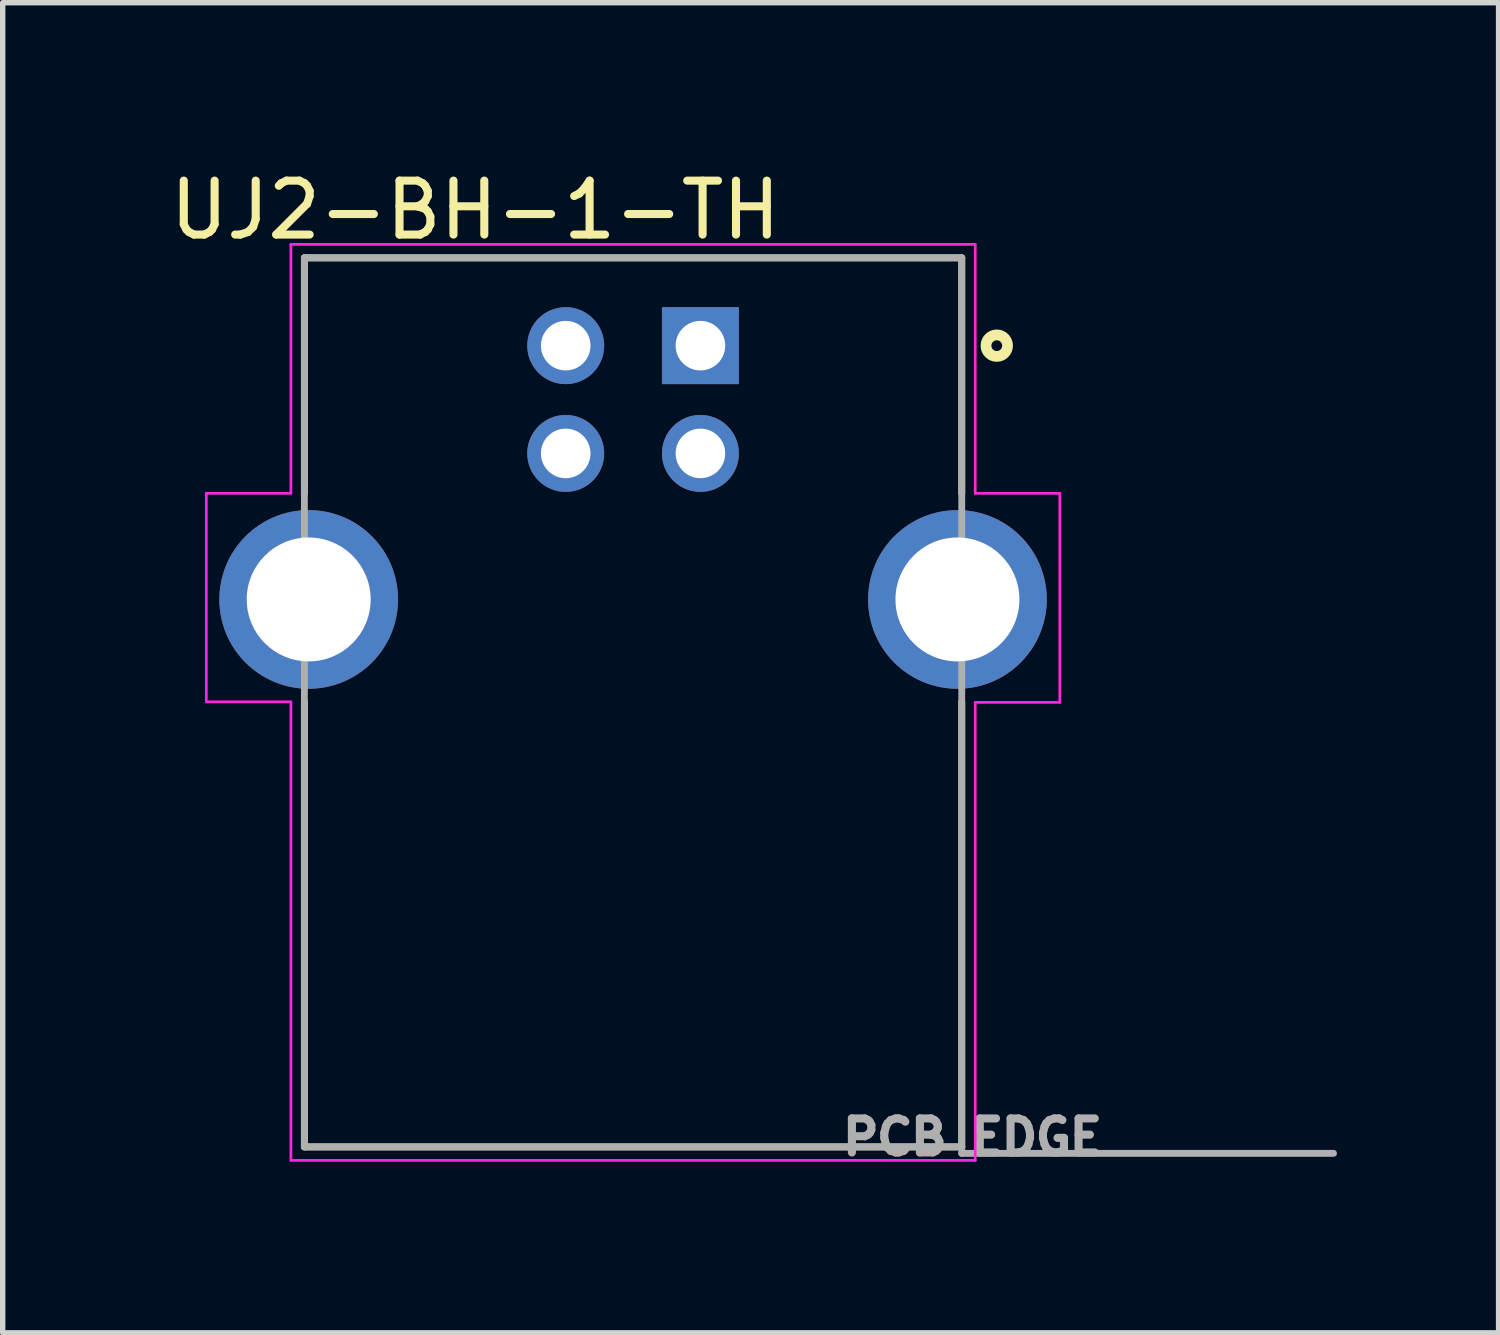
<source format=kicad_pcb>
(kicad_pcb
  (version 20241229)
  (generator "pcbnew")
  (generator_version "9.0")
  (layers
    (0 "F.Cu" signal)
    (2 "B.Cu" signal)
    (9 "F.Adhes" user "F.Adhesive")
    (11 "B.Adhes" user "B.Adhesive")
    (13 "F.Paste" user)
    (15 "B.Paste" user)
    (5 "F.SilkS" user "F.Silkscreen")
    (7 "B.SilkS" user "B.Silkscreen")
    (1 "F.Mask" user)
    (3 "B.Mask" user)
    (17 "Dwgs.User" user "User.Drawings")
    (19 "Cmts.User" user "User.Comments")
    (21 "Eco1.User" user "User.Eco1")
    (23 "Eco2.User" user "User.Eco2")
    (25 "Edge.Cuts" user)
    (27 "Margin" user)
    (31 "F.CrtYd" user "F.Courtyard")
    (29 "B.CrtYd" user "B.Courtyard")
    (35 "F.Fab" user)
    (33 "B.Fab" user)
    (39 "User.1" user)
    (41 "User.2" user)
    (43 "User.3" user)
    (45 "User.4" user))
  (footprint "UJ2-BH-1-TH"
    (layer "F.Cu")
    (at 9.949 3.365)
    (property "Reference" "UJ2-BH-1-TH" (at -4.178 -2.517 0) (layer "F.SilkS") (effects (font (size 1.001 1.001) (thickness 0.15))))
    (attr through_hole)
    (fp_line (start -7.35 -1.63) (end 4.85 -1.63) (stroke (width 0.127) (type solid)) (layer "F.SilkS"))
    (fp_line (start -7.35 2.74) (end -7.35 -1.63) (stroke (width 0.127) (type solid)) (layer "F.SilkS"))
    (fp_line (start -7.35 6.61) (end -7.35 14.87) (stroke (width 0.127) (type solid)) (layer "F.SilkS"))
    (fp_line (start -7.35 14.87) (end 4.85 14.87) (stroke (width 0.127) (type solid)) (layer "F.SilkS"))
    (fp_line (start 4.85 -1.63) (end 4.85 2.74) (stroke (width 0.127) (type solid)) (layer "F.SilkS"))
    (fp_line (start 4.85 14.87) (end 4.85 6.61) (stroke (width 0.127) (type solid)) (layer "F.SilkS"))
    (fp_circle (center 5.5 0) (end 5.7 0) (stroke (width 0.2) (type solid)) (fill no) (layer "F.SilkS"))
    (fp_line (start -9.17 2.74) (end -7.6 2.74) (stroke (width 0.05) (type solid)) (layer "F.CrtYd"))
    (fp_line (start -9.17 6.61) (end -9.17 2.74) (stroke (width 0.05) (type solid)) (layer "F.CrtYd"))
    (fp_line (start -7.6 -1.88) (end 5.1 -1.88) (stroke (width 0.05) (type solid)) (layer "F.CrtYd"))
    (fp_line (start -7.6 2.74) (end -7.6 -1.88) (stroke (width 0.05) (type solid)) (layer "F.CrtYd"))
    (fp_line (start -7.6 6.61) (end -9.17 6.61) (stroke (width 0.05) (type solid)) (layer "F.CrtYd"))
    (fp_line (start -7.6 15.12) (end -7.6 6.61) (stroke (width 0.05) (type solid)) (layer "F.CrtYd"))
    (fp_line (start 5.1 -1.88) (end 5.1 2.74) (stroke (width 0.05) (type solid)) (layer "F.CrtYd"))
    (fp_line (start 5.1 2.74) (end 6.67 2.74) (stroke (width 0.05) (type solid)) (layer "F.CrtYd"))
    (fp_line (start 5.1 6.62) (end 5.1 15.12) (stroke (width 0.05) (type solid)) (layer "F.CrtYd"))
    (fp_line (start 5.1 15.12) (end -7.6 15.12) (stroke (width 0.05) (type solid)) (layer "F.CrtYd"))
    (fp_line (start 6.67 2.74) (end 6.67 6.62) (stroke (width 0.05) (type solid)) (layer "F.CrtYd"))
    (fp_line (start 6.67 6.62) (end 5.1 6.62) (stroke (width 0.05) (type solid)) (layer "F.CrtYd"))
    (fp_line (start -7.35 -1.63) (end 4.85 -1.63) (stroke (width 0.127) (type solid)) (layer "F.Fab"))
    (fp_line (start -7.35 14.87) (end -7.35 -1.63) (stroke (width 0.127) (type solid)) (layer "F.Fab"))
    (fp_line (start 4.85 -1.63) (end 4.85 14.87) (stroke (width 0.127) (type solid)) (layer "F.Fab"))
    (fp_line (start 4.85 14.87) (end -7.35 14.87) (stroke (width 0.127) (type solid)) (layer "F.Fab"))
    (fp_line (start 4.85 14.87) (end 4.85 14.99) (stroke (width 0.127) (type solid)) (layer "F.Fab"))
    (fp_line (start 4.85 14.99) (end 11.75 14.99) (stroke (width 0.127) (type solid)) (layer "F.Fab"))
    (fp_circle (center 0 0) (end 0.2 0) (stroke (width 0.4) (type solid)) (fill no) (layer "F.Fab"))
    (fp_text user "PCB EDGE" (at 5.05 14.689 0) (layer "F.Fab") (effects (font (size 0.631 0.631) (thickness 0.15))))
    (pad "1" thru_hole rect (at 0 0) (size 1.428 1.428) (drill 0.92) (layers "*.Cu" "*.Mask"))
    (pad "2" thru_hole circle (at -2.5 0) (size 1.428 1.428) (drill 0.92) (layers "*.Cu" "*.Mask"))
    (pad "3" thru_hole circle (at -2.5 2) (size 1.428 1.428) (drill 0.92) (layers "*.Cu" "*.Mask"))
    (pad "4" thru_hole circle (at 0 2) (size 1.428 1.428) (drill 0.92) (layers "*.Cu" "*.Mask"))
    (pad "SH1" thru_hole circle (at -7.27 4.71) (size 3.316 3.316) (drill 2.3) (layers "*.Cu" "*.Mask"))
    (pad "SH2" thru_hole circle (at 4.77 4.71) (size 3.316 3.316) (drill 2.3) (layers "*.Cu" "*.Mask")))
  (gr_rect
    (start -3 -3)
    (end 24.762 21.686)
    (stroke (width 0.1) (type default))
    (fill no)
    (layer "Edge.Cuts")))
</source>
